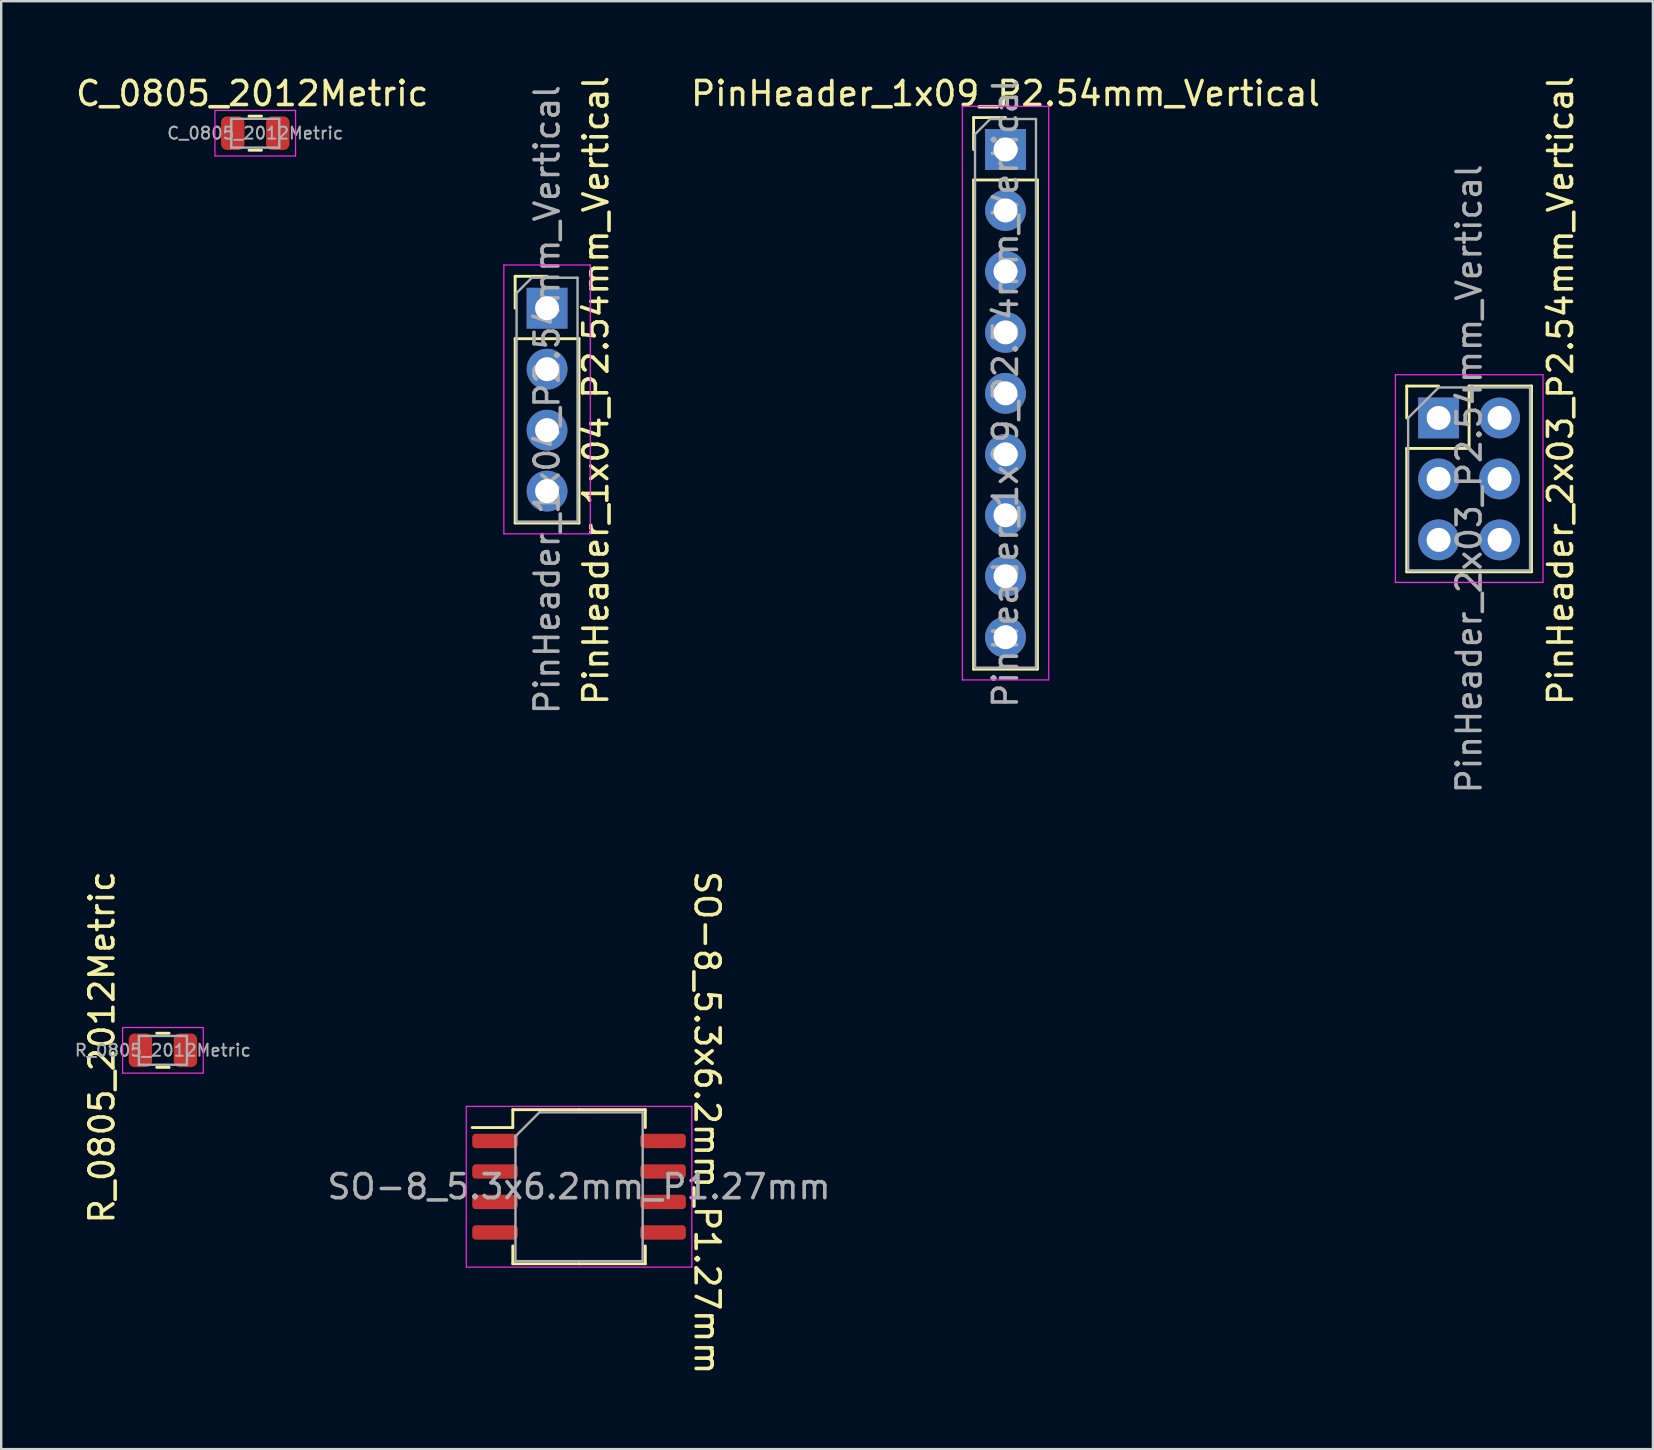
<source format=kicad_pcb>
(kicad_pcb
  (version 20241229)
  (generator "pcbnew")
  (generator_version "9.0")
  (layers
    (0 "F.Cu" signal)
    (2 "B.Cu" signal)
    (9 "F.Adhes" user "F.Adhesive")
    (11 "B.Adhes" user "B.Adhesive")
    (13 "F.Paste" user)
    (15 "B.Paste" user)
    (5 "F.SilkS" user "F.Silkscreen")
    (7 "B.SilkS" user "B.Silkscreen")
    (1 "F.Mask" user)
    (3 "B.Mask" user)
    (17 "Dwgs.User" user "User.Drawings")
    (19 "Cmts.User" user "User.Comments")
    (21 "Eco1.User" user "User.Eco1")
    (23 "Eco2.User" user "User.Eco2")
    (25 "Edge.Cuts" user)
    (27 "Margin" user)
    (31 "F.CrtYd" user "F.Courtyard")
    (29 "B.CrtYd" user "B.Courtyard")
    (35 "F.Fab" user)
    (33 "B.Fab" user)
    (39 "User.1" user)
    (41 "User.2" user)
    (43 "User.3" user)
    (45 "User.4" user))
  (footprint "PinHeader_2x03_P2.54mm_Vertical"
    (layer "F.Cu")
    (at 56.887 14.363)
    (property "Reference" "PinHeader_2x03_P2.54mm_Vertical" (at 5.08 -1.143 90) (layer "F.SilkS") (effects (font (size 1 1) (thickness 0.15))))
    (attr through_hole)
    (fp_line (start -1.33 -1.33) (end 0 -1.33) (stroke (width 0.12) (type solid)) (layer "F.SilkS"))
    (fp_line (start -1.33 0) (end -1.33 -1.33) (stroke (width 0.12) (type solid)) (layer "F.SilkS"))
    (fp_line (start -1.33 1.27) (end -1.33 6.41) (stroke (width 0.12) (type solid)) (layer "F.SilkS"))
    (fp_line (start -1.33 1.27) (end 1.27 1.27) (stroke (width 0.12) (type solid)) (layer "F.SilkS"))
    (fp_line (start -1.33 6.41) (end 3.87 6.41) (stroke (width 0.12) (type solid)) (layer "F.SilkS"))
    (fp_line (start 1.27 -1.33) (end 3.87 -1.33) (stroke (width 0.12) (type solid)) (layer "F.SilkS"))
    (fp_line (start 1.27 1.27) (end 1.27 -1.33) (stroke (width 0.12) (type solid)) (layer "F.SilkS"))
    (fp_line (start 3.87 -1.33) (end 3.87 6.41) (stroke (width 0.12) (type solid)) (layer "F.SilkS"))
    (fp_line (start -1.8 -1.8) (end -1.8 6.85) (stroke (width 0.05) (type solid)) (layer "F.CrtYd"))
    (fp_line (start -1.8 6.85) (end 4.35 6.85) (stroke (width 0.05) (type solid)) (layer "F.CrtYd"))
    (fp_line (start 4.35 -1.8) (end -1.8 -1.8) (stroke (width 0.05) (type solid)) (layer "F.CrtYd"))
    (fp_line (start 4.35 6.85) (end 4.35 -1.8) (stroke (width 0.05) (type solid)) (layer "F.CrtYd"))
    (fp_line (start -1.27 0) (end 0 -1.27) (stroke (width 0.1) (type solid)) (layer "F.Fab"))
    (fp_line (start -1.27 6.35) (end -1.27 0) (stroke (width 0.1) (type solid)) (layer "F.Fab"))
    (fp_line (start 0 -1.27) (end 3.81 -1.27) (stroke (width 0.1) (type solid)) (layer "F.Fab"))
    (fp_line (start 3.81 -1.27) (end 3.81 6.35) (stroke (width 0.1) (type solid)) (layer "F.Fab"))
    (fp_line (start 3.81 6.35) (end -1.27 6.35) (stroke (width 0.1) (type solid)) (layer "F.Fab"))
    (fp_text user "${REFERENCE}" (at 1.27 2.54 90) (layer "F.Fab") (effects (font (size 1 1) (thickness 0.15))))
    (pad "1" thru_hole rect (at 0 0) (size 1.7 1.7) (drill 1) (layers "*.Cu" "*.Mask"))
    (pad "2" thru_hole oval (at 2.54 0) (size 1.7 1.7) (drill 1) (layers "*.Cu" "*.Mask"))
    (pad "3" thru_hole oval (at 0 2.54) (size 1.7 1.7) (drill 1) (layers "*.Cu" "*.Mask"))
    (pad "4" thru_hole oval (at 2.54 2.54) (size 1.7 1.7) (drill 1) (layers "*.Cu" "*.Mask"))
    (pad "5" thru_hole oval (at 0 5.08) (size 1.7 1.7) (drill 1) (layers "*.Cu" "*.Mask"))
    (pad "6" thru_hole oval (at 2.54 5.08) (size 1.7 1.7) (drill 1) (layers "*.Cu" "*.Mask")))
  (footprint "R_0805_2012Metric"
    (layer "F.Cu")
    (at 3.737 40.709)
    (property "Reference" "R_0805_2012Metric" (at -2.54 -0.127 270) (layer "F.SilkS") (effects (font (size 1 1) (thickness 0.15))))
    (attr smd)
    (fp_line (start -0.259 -0.71) (end 0.259 -0.71) (stroke (width 0.12) (type solid)) (layer "F.SilkS"))
    (fp_line (start -0.259 0.71) (end 0.259 0.71) (stroke (width 0.12) (type solid)) (layer "F.SilkS"))
    (fp_line (start -1.68 -0.95) (end 1.68 -0.95) (stroke (width 0.05) (type solid)) (layer "F.CrtYd"))
    (fp_line (start -1.68 0.95) (end -1.68 -0.95) (stroke (width 0.05) (type solid)) (layer "F.CrtYd"))
    (fp_line (start 1.68 -0.95) (end 1.68 0.95) (stroke (width 0.05) (type solid)) (layer "F.CrtYd"))
    (fp_line (start 1.68 0.95) (end -1.68 0.95) (stroke (width 0.05) (type solid)) (layer "F.CrtYd"))
    (fp_line (start -1 -0.6) (end 1 -0.6) (stroke (width 0.1) (type solid)) (layer "F.Fab"))
    (fp_line (start -1 0.6) (end -1 -0.6) (stroke (width 0.1) (type solid)) (layer "F.Fab"))
    (fp_line (start 1 -0.6) (end 1 0.6) (stroke (width 0.1) (type solid)) (layer "F.Fab"))
    (fp_line (start 1 0.6) (end -1 0.6) (stroke (width 0.1) (type solid)) (layer "F.Fab"))
    (fp_text user "${REFERENCE}" (at 0 0 180) (layer "F.Fab") (effects (font (size 0.5 0.5) (thickness 0.08))))
    (pad "1" smd roundrect (at -0.938 0) (size 0.975 1.4) (layers "F.Cu" "F.Mask" "F.Paste") (roundrect_rratio 0.25))
    (pad "2" smd roundrect (at 0.938 0) (size 0.975 1.4) (layers "F.Cu" "F.Mask" "F.Paste") (roundrect_rratio 0.25)))
  (footprint "PinHeader_1x09_P2.54mm_Vertical"
    (layer "F.Cu")
    (at 38.842 3.178)
    (property "Reference" "PinHeader_1x09_P2.54mm_Vertical" (at 0 -2.33 0) (layer "F.SilkS") (effects (font (size 1 1) (thickness 0.15))))
    (attr through_hole)
    (fp_line (start -1.33 -1.33) (end 0 -1.33) (stroke (width 0.12) (type solid)) (layer "F.SilkS"))
    (fp_line (start -1.33 0) (end -1.33 -1.33) (stroke (width 0.12) (type solid)) (layer "F.SilkS"))
    (fp_line (start -1.33 1.27) (end -1.33 21.65) (stroke (width 0.12) (type solid)) (layer "F.SilkS"))
    (fp_line (start -1.33 1.27) (end 1.33 1.27) (stroke (width 0.12) (type solid)) (layer "F.SilkS"))
    (fp_line (start -1.33 21.65) (end 1.33 21.65) (stroke (width 0.12) (type solid)) (layer "F.SilkS"))
    (fp_line (start 1.33 1.27) (end 1.33 21.65) (stroke (width 0.12) (type solid)) (layer "F.SilkS"))
    (fp_line (start -1.8 -1.8) (end -1.8 22.1) (stroke (width 0.05) (type solid)) (layer "F.CrtYd"))
    (fp_line (start -1.8 22.1) (end 1.8 22.1) (stroke (width 0.05) (type solid)) (layer "F.CrtYd"))
    (fp_line (start 1.8 -1.8) (end -1.8 -1.8) (stroke (width 0.05) (type solid)) (layer "F.CrtYd"))
    (fp_line (start 1.8 22.1) (end 1.8 -1.8) (stroke (width 0.05) (type solid)) (layer "F.CrtYd"))
    (fp_line (start -1.27 -0.635) (end -0.635 -1.27) (stroke (width 0.1) (type solid)) (layer "F.Fab"))
    (fp_line (start -1.27 21.59) (end -1.27 -0.635) (stroke (width 0.1) (type solid)) (layer "F.Fab"))
    (fp_line (start -0.635 -1.27) (end 1.27 -1.27) (stroke (width 0.1) (type solid)) (layer "F.Fab"))
    (fp_line (start 1.27 -1.27) (end 1.27 21.59) (stroke (width 0.1) (type solid)) (layer "F.Fab"))
    (fp_line (start 1.27 21.59) (end -1.27 21.59) (stroke (width 0.1) (type solid)) (layer "F.Fab"))
    (fp_text user "${REFERENCE}" (at 0 10.16 90) (layer "F.Fab") (effects (font (size 1 1) (thickness 0.15))))
    (pad "1" thru_hole rect (at 0 0) (size 1.7 1.7) (drill 1) (layers "*.Cu" "*.Mask"))
    (pad "2" thru_hole oval (at 0 2.54) (size 1.7 1.7) (drill 1) (layers "*.Cu" "*.Mask"))
    (pad "3" thru_hole oval (at 0 5.08) (size 1.7 1.7) (drill 1) (layers "*.Cu" "*.Mask"))
    (pad "4" thru_hole oval (at 0 7.62) (size 1.7 1.7) (drill 1) (layers "*.Cu" "*.Mask"))
    (pad "5" thru_hole oval (at 0 10.16) (size 1.7 1.7) (drill 1) (layers "*.Cu" "*.Mask"))
    (pad "6" thru_hole oval (at 0 12.7) (size 1.7 1.7) (drill 1) (layers "*.Cu" "*.Mask"))
    (pad "7" thru_hole oval (at 0 15.24) (size 1.7 1.7) (drill 1) (layers "*.Cu" "*.Mask"))
    (pad "8" thru_hole oval (at 0 17.78) (size 1.7 1.7) (drill 1) (layers "*.Cu" "*.Mask"))
    (pad "9" thru_hole oval (at 0 20.32) (size 1.7 1.7) (drill 1) (layers "*.Cu" "*.Mask")))
  (footprint "C_0805_2012Metric"
    (layer "F.Cu")
    (at 7.585 2.499)
    (property "Reference" "C_0805_2012Metric" (at -0.127 -1.651 0) (layer "F.SilkS") (effects (font (size 1 1) (thickness 0.15))))
    (attr smd)
    (fp_line (start -0.259 -0.71) (end 0.259 -0.71) (stroke (width 0.12) (type solid)) (layer "F.SilkS"))
    (fp_line (start -0.259 0.71) (end 0.259 0.71) (stroke (width 0.12) (type solid)) (layer "F.SilkS"))
    (fp_line (start -1.68 -0.95) (end 1.68 -0.95) (stroke (width 0.05) (type solid)) (layer "F.CrtYd"))
    (fp_line (start -1.68 0.95) (end -1.68 -0.95) (stroke (width 0.05) (type solid)) (layer "F.CrtYd"))
    (fp_line (start 1.68 -0.95) (end 1.68 0.95) (stroke (width 0.05) (type solid)) (layer "F.CrtYd"))
    (fp_line (start 1.68 0.95) (end -1.68 0.95) (stroke (width 0.05) (type solid)) (layer "F.CrtYd"))
    (fp_line (start -1 -0.6) (end 1 -0.6) (stroke (width 0.1) (type solid)) (layer "F.Fab"))
    (fp_line (start -1 0.6) (end -1 -0.6) (stroke (width 0.1) (type solid)) (layer "F.Fab"))
    (fp_line (start 1 -0.6) (end 1 0.6) (stroke (width 0.1) (type solid)) (layer "F.Fab"))
    (fp_line (start 1 0.6) (end -1 0.6) (stroke (width 0.1) (type solid)) (layer "F.Fab"))
    (fp_text user "${REFERENCE}" (at 0 0 180) (layer "F.Fab") (effects (font (size 0.5 0.5) (thickness 0.08))))
    (pad "1" smd roundrect (at -0.938 0) (size 0.975 1.4) (layers "F.Cu" "F.Mask" "F.Paste") (roundrect_rratio 0.25))
    (pad "2" smd roundrect (at 0.938 0) (size 0.975 1.4) (layers "F.Cu" "F.Mask" "F.Paste") (roundrect_rratio 0.25)))
  (footprint "SO-8_5.3x6.2mm_P1.27mm"
    (layer "F.Cu")
    (at 21.075 46.392)
    (property "Reference" "SO-8_5.3x6.2mm_P1.27mm" (at 5.334 -2.667 270) (unlocked yes) (layer "F.SilkS") (effects (font (size 1 1) (thickness 0.15))))
    (attr smd)
    (fp_line (start -2.76 -3.21) (end -2.76 -2.465) (stroke (width 0.12) (type solid)) (layer "F.SilkS"))
    (fp_line (start -2.76 -2.465) (end -4.45 -2.465) (stroke (width 0.12) (type solid)) (layer "F.SilkS"))
    (fp_line (start -2.76 3.21) (end -2.76 2.465) (stroke (width 0.12) (type solid)) (layer "F.SilkS"))
    (fp_line (start 0 -3.21) (end -2.76 -3.21) (stroke (width 0.12) (type solid)) (layer "F.SilkS"))
    (fp_line (start 0 -3.21) (end 2.76 -3.21) (stroke (width 0.12) (type solid)) (layer "F.SilkS"))
    (fp_line (start 0 3.21) (end -2.76 3.21) (stroke (width 0.12) (type solid)) (layer "F.SilkS"))
    (fp_line (start 0 3.21) (end 2.76 3.21) (stroke (width 0.12) (type solid)) (layer "F.SilkS"))
    (fp_line (start 2.76 -3.21) (end 2.76 -2.465) (stroke (width 0.12) (type solid)) (layer "F.SilkS"))
    (fp_line (start 2.76 3.21) (end 2.76 2.465) (stroke (width 0.12) (type solid)) (layer "F.SilkS"))
    (fp_line (start -4.7 -3.35) (end -4.7 3.35) (stroke (width 0.05) (type solid)) (layer "F.CrtYd"))
    (fp_line (start -4.7 3.35) (end 4.7 3.35) (stroke (width 0.05) (type solid)) (layer "F.CrtYd"))
    (fp_line (start 4.7 -3.35) (end -4.7 -3.35) (stroke (width 0.05) (type solid)) (layer "F.CrtYd"))
    (fp_line (start 4.7 3.35) (end 4.7 -3.35) (stroke (width 0.05) (type solid)) (layer "F.CrtYd"))
    (fp_line (start -2.65 -2.1) (end -1.65 -3.1) (stroke (width 0.1) (type solid)) (layer "F.Fab"))
    (fp_line (start -2.65 3.1) (end -2.65 -2.1) (stroke (width 0.1) (type solid)) (layer "F.Fab"))
    (fp_line (start -1.65 -3.1) (end 2.65 -3.1) (stroke (width 0.1) (type solid)) (layer "F.Fab"))
    (fp_line (start 2.65 -3.1) (end 2.65 3.1) (stroke (width 0.1) (type solid)) (layer "F.Fab"))
    (fp_line (start 2.65 3.1) (end -2.65 3.1) (stroke (width 0.1) (type solid)) (layer "F.Fab"))
    (fp_text user "${REFERENCE}" (at 0 0 0) (layer "F.Fab") (effects (font (size 1 1) (thickness 0.15))))
    (pad "1" smd roundrect (at -3.5 -1.905) (size 1.9 0.6) (layers "F.Cu" "F.Mask" "F.Paste") (roundrect_rratio 0.25))
    (pad "2" smd roundrect (at -3.5 -0.635) (size 1.9 0.6) (layers "F.Cu" "F.Mask" "F.Paste") (roundrect_rratio 0.25))
    (pad "3" smd roundrect (at -3.5 0.635) (size 1.9 0.6) (layers "F.Cu" "F.Mask" "F.Paste") (roundrect_rratio 0.25))
    (pad "4" smd roundrect (at -3.5 1.905) (size 1.9 0.6) (layers "F.Cu" "F.Mask" "F.Paste") (roundrect_rratio 0.25))
    (pad "5" smd roundrect (at 3.5 1.905) (size 1.9 0.6) (layers "F.Cu" "F.Mask" "F.Paste") (roundrect_rratio 0.25))
    (pad "6" smd roundrect (at 3.5 0.635) (size 1.9 0.6) (layers "F.Cu" "F.Mask" "F.Paste") (roundrect_rratio 0.25))
    (pad "7" smd roundrect (at 3.5 -0.635) (size 1.9 0.6) (layers "F.Cu" "F.Mask" "F.Paste") (roundrect_rratio 0.25))
    (pad "8" smd roundrect (at 3.5 -1.905) (size 1.9 0.6) (layers "F.Cu" "F.Mask" "F.Paste") (roundrect_rratio 0.25)))
  (footprint "PinHeader_1x04_P2.54mm_Vertical"
    (layer "F.Cu")
    (at 19.742 9.791)
    (property "Reference" "PinHeader_1x04_P2.54mm_Vertical" (at 2.032 3.429 90) (layer "F.SilkS") (effects (font (size 1 1) (thickness 0.15))))
    (attr through_hole)
    (fp_line (start -1.33 -1.33) (end 0 -1.33) (stroke (width 0.12) (type solid)) (layer "F.SilkS"))
    (fp_line (start -1.33 0) (end -1.33 -1.33) (stroke (width 0.12) (type solid)) (layer "F.SilkS"))
    (fp_line (start -1.33 1.27) (end -1.33 8.95) (stroke (width 0.12) (type solid)) (layer "F.SilkS"))
    (fp_line (start -1.33 1.27) (end 1.33 1.27) (stroke (width 0.12) (type solid)) (layer "F.SilkS"))
    (fp_line (start -1.33 8.95) (end 1.33 8.95) (stroke (width 0.12) (type solid)) (layer "F.SilkS"))
    (fp_line (start 1.33 1.27) (end 1.33 8.95) (stroke (width 0.12) (type solid)) (layer "F.SilkS"))
    (fp_line (start -1.8 -1.8) (end -1.8 9.4) (stroke (width 0.05) (type solid)) (layer "F.CrtYd"))
    (fp_line (start -1.8 9.4) (end 1.8 9.4) (stroke (width 0.05) (type solid)) (layer "F.CrtYd"))
    (fp_line (start 1.8 -1.8) (end -1.8 -1.8) (stroke (width 0.05) (type solid)) (layer "F.CrtYd"))
    (fp_line (start 1.8 9.4) (end 1.8 -1.8) (stroke (width 0.05) (type solid)) (layer "F.CrtYd"))
    (fp_line (start -1.27 -0.635) (end -0.635 -1.27) (stroke (width 0.1) (type solid)) (layer "F.Fab"))
    (fp_line (start -1.27 8.89) (end -1.27 -0.635) (stroke (width 0.1) (type solid)) (layer "F.Fab"))
    (fp_line (start -0.635 -1.27) (end 1.27 -1.27) (stroke (width 0.1) (type solid)) (layer "F.Fab"))
    (fp_line (start 1.27 -1.27) (end 1.27 8.89) (stroke (width 0.1) (type solid)) (layer "F.Fab"))
    (fp_line (start 1.27 8.89) (end -1.27 8.89) (stroke (width 0.1) (type solid)) (layer "F.Fab"))
    (fp_text user "${REFERENCE}" (at 0 3.81 270) (layer "F.Fab") (effects (font (size 1 1) (thickness 0.15))))
    (pad "1" thru_hole rect (at 0 0) (size 1.7 1.7) (drill 1) (layers "*.Cu" "*.Mask"))
    (pad "2" thru_hole oval (at 0 2.54) (size 1.7 1.7) (drill 1) (layers "*.Cu" "*.Mask"))
    (pad "3" thru_hole oval (at 0 5.08) (size 1.7 1.7) (drill 1) (layers "*.Cu" "*.Mask"))
    (pad "4" thru_hole oval (at 0 7.62) (size 1.7 1.7) (drill 1) (layers "*.Cu" "*.Mask")))
  (gr_rect
    (start -3 -3)
    (end 65.816 57.326)
    (stroke (width 0.1) (type default))
    (fill no)
    (layer "Edge.Cuts")))
</source>
